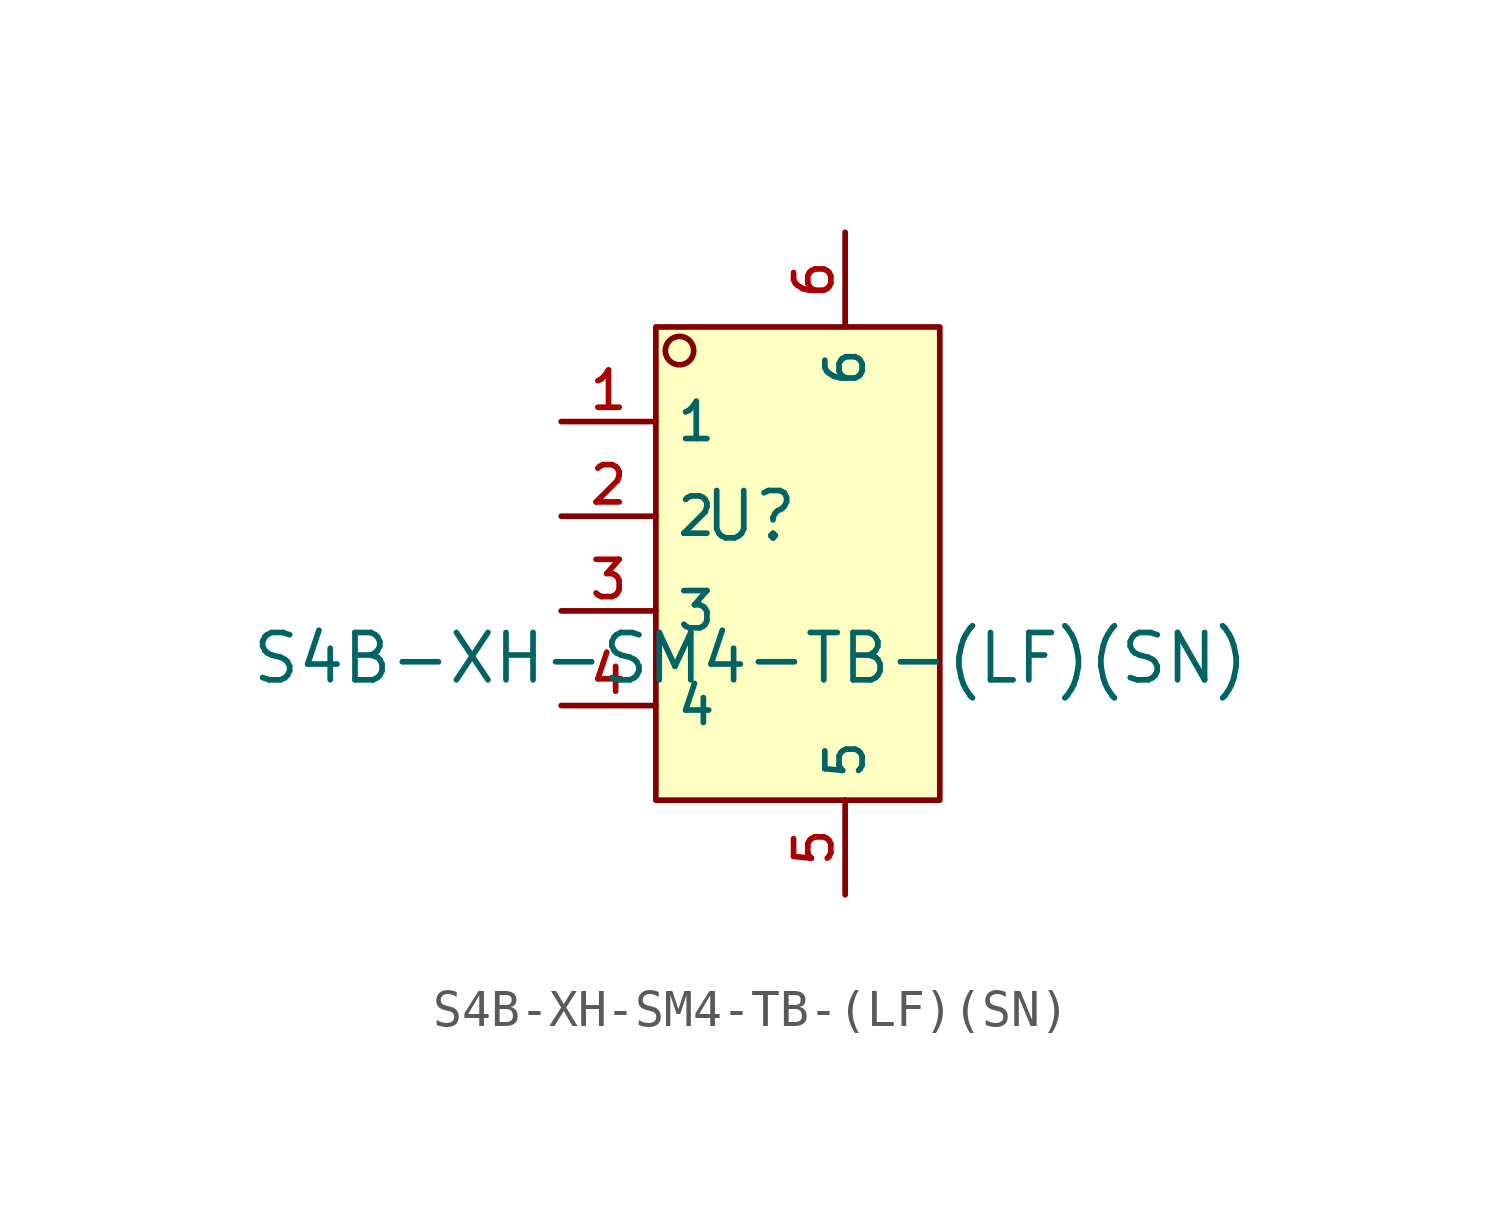
<source format=kicad_sym>
(kicad_symbol_lib
  (version 20210201)
  (generator TousstNicolas/JLC2KiCad_lib)
  (symbol "S4B-XH-SM4-TB-(LF)(SN)"
    (property "Reference" "U"
      (at 0 1.27 0)
      (effects (font (size 1.27 1.27))))
    (property "Value" "S4B-XH-SM4-TB-(LF)(SN)"
      (at 0 -2.54 0)
      (effects (font (size 1.27 1.27))))
    (symbol "S4B-XH-SM4-TB-(LF)(SN)_0_1"
      (rectangle (start -2.54 6.35) (end 5.08 -6.35) (stroke (width 0) (type default) (color 0 0 0 0)) (fill (type background)))
      (circle (center -1.905 5.715) (radius 0.381) (stroke (width 0) (type default) (color 0 0 0 0)) (fill (type background)))
      (pin unspecified line (at -5.08 3.81 0) (length 2.54) (name "1" (effects (font (size 1 1)))) (number "1" (effects (font (size 1 1)))))
      (pin unspecified line (at -5.08 1.27 0) (length 2.54) (name "2" (effects (font (size 1 1)))) (number "2" (effects (font (size 1 1)))))
      (pin unspecified line (at -5.08 -1.27 0) (length 2.54) (name "3" (effects (font (size 1 1)))) (number "3" (effects (font (size 1 1)))))
      (pin unspecified line (at -5.08 -3.81 0) (length 2.54) (name "4" (effects (font (size 1 1)))) (number "4" (effects (font (size 1 1)))))
      (pin unspecified line (at 2.54 -8.89 90) (length 2.54) (name "5" (effects (font (size 1 1)))) (number "5" (effects (font (size 1 1)))))
      (pin unspecified line (at 2.54 8.89 270) (length 2.54) (name "6" (effects (font (size 1 1)))) (number "6" (effects (font (size 1 1))))))))
</source>
